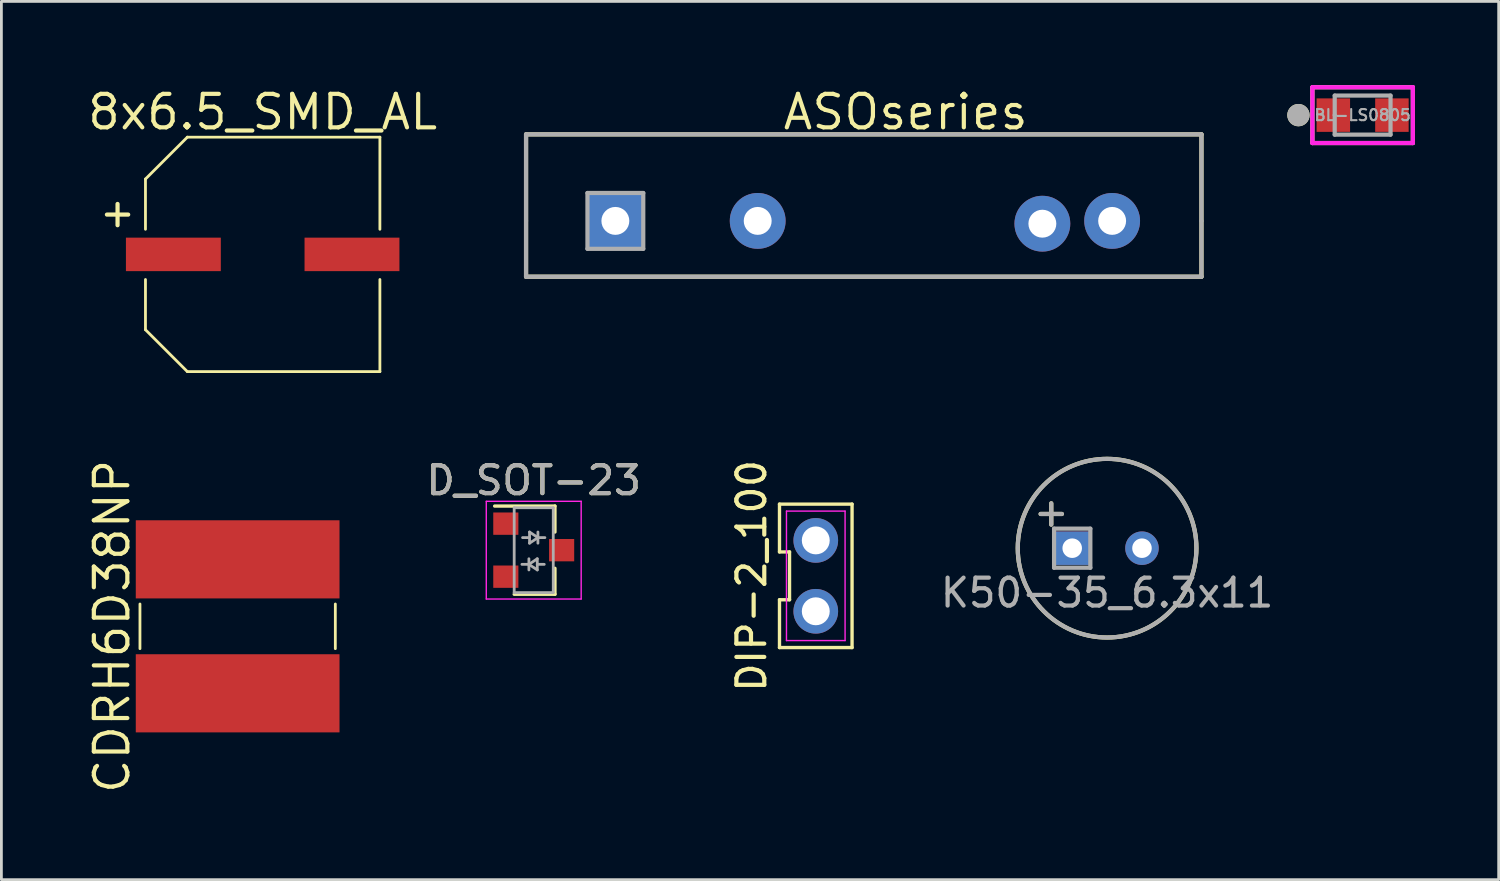
<source format=kicad_pcb>
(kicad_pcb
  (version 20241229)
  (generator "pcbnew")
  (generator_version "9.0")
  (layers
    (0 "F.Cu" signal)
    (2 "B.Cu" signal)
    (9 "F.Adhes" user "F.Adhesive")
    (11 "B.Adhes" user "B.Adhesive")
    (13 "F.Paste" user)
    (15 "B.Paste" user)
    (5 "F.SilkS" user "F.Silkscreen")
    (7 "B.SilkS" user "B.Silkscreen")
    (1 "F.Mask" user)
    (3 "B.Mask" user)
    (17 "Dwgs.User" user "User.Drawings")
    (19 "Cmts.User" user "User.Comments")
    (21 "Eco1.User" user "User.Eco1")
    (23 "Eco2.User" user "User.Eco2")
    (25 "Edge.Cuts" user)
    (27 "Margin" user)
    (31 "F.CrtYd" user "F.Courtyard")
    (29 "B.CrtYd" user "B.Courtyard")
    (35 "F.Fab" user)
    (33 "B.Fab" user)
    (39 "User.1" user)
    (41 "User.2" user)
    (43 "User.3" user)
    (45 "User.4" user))
  (footprint "BL-LS0805"
    (layer "F.Cu")
    (at 45.774 1.075)
    (property "Reference" "BL-LS0805" (at 0 0 0) (layer "F.Fab") (effects (font (size 0.4 0.4) (thickness 0.075))))
    (attr through_hole)
    (fp_line (start -1.8 -1) (end 1.8 -1) (stroke (width 0.15) (type solid)) (layer "F.SilkS"))
    (fp_line (start -1.8 1) (end -1.8 -1) (stroke (width 0.15) (type solid)) (layer "F.SilkS"))
    (fp_line (start 1.8 -1) (end 1.8 1) (stroke (width 0.15) (type solid)) (layer "F.SilkS"))
    (fp_line (start 1.8 1) (end -1.8 1) (stroke (width 0.15) (type solid)) (layer "F.SilkS"))
    (fp_circle (center -2.3 0) (end -2.1 0) (stroke (width 0.4) (type solid)) (fill no) (layer "F.SilkS"))
    (fp_line (start -1.8 -1) (end 1.8 -1) (stroke (width 0.15) (type solid)) (layer "F.CrtYd"))
    (fp_line (start -1.8 1) (end -1.8 -1) (stroke (width 0.15) (type solid)) (layer "F.CrtYd"))
    (fp_line (start 1.8 -1) (end 1.8 1) (stroke (width 0.15) (type solid)) (layer "F.CrtYd"))
    (fp_line (start 1.8 1) (end -1.8 1) (stroke (width 0.15) (type solid)) (layer "F.CrtYd"))
    (fp_line (start -1 -0.7) (end 1 -0.7) (stroke (width 0.15) (type solid)) (layer "F.Fab"))
    (fp_line (start -1 0) (end -1 -0.7) (stroke (width 0.15) (type solid)) (layer "F.Fab"))
    (fp_line (start -1 0.7) (end -1 0) (stroke (width 0.15) (type solid)) (layer "F.Fab"))
    (fp_line (start 1 -0.7) (end 1 0.7) (stroke (width 0.15) (type solid)) (layer "F.Fab"))
    (fp_line (start 1 0.7) (end -1 0.7) (stroke (width 0.15) (type solid)) (layer "F.Fab"))
    (fp_circle (center -2.3 0) (end -2.1 0) (stroke (width 0.4) (type solid)) (fill no) (layer "F.Fab"))
    (pad "1" smd rect (at -1.05 0) (size 1.2 1.2) (layers "F.Cu" "F.Mask" "F.Paste"))
    (pad "2" smd rect (at 1.05 0) (size 1.2 1.2) (layers "F.Cu" "F.Mask" "F.Paste")))
  (footprint "CDRH6D38NP"
    (layer "F.Cu")
    (at 5.465 19.392)
    (property "Reference" "CDRH6D38NP" (at -4.5 0 90) (layer "F.SilkS") (effects (font (size 1.2 1.2) (thickness 0.15))))
    (attr through_hole)
    (fp_line (start -3.5 -0.8) (end -3.5 0.8) (stroke (width 0.1) (type solid)) (layer "F.SilkS"))
    (fp_line (start 3.5 -0.8) (end 3.5 0.8) (stroke (width 0.1) (type solid)) (layer "F.SilkS"))
    (pad "1" smd rect (at 0 2.4) (size 7.3 2.8) (layers "F.Cu" "F.Mask" "F.Paste"))
    (pad "2" smd rect (at 0 -2.4) (size 7.3 2.8) (layers "F.Cu" "F.Mask" "F.Paste")))
  (footprint "8x6.5_SMD_AL"
    (layer "F.Cu")
    (at 6.362 6.065)
    (property "Reference" "8x6.5_SMD_AL" (at 0 -5.1 0) (layer "F.SilkS") (effects (font (size 1.2 1.2) (thickness 0.15))))
    (attr through_hole)
    (fp_line (start -4.2 -2.7) (end -4.2 -0.9) (stroke (width 0.1) (type solid)) (layer "F.SilkS"))
    (fp_line (start -4.2 -2.7) (end -2.7 -4.2) (stroke (width 0.1) (type solid)) (layer "F.SilkS"))
    (fp_line (start -4.2 0.9) (end -4.2 2.7) (stroke (width 0.1) (type solid)) (layer "F.SilkS"))
    (fp_line (start -2.7 4.2) (end -4.2 2.7) (stroke (width 0.1) (type solid)) (layer "F.SilkS"))
    (fp_line (start 4.2 -4.2) (end -2.7 -4.2) (stroke (width 0.1) (type solid)) (layer "F.SilkS"))
    (fp_line (start 4.2 -4.2) (end 4.2 -0.9) (stroke (width 0.1) (type solid)) (layer "F.SilkS"))
    (fp_line (start 4.2 0.9) (end 4.2 4.2) (stroke (width 0.1) (type solid)) (layer "F.SilkS"))
    (fp_line (start 4.2 4.2) (end -2.7 4.2) (stroke (width 0.1) (type solid)) (layer "F.SilkS"))
    (fp_text user "+" (at -5.2 -1.5 0) (layer "F.SilkS") (effects (font (size 1 1) (thickness 0.15))))
    (pad "1" smd rect (at -3.2 0) (size 3.4 1.2) (layers "F.Cu" "F.Mask" "F.Paste"))
    (pad "2" smd rect (at 3.2 0) (size 3.4 1.2) (layers "F.Cu" "F.Mask" "F.Paste")))
  (footprint "DIP-2_100"
    (layer "F.Cu")
    (at 26.18 17.583)
    (property "Reference" "DIP-2_100" (at -2.3 0 90) (layer "F.SilkS") (effects (font (size 1 1) (thickness 0.15))))
    (attr through_hole)
    (fp_line (start -1.3 -0.857) (end -0.94 -0.857) (stroke (width 0.12) (type solid)) (layer "F.SilkS"))
    (fp_line (start -1.3 0.857) (end -1.3 2.57) (stroke (width 0.12) (type solid)) (layer "F.SilkS"))
    (fp_line (start -1.3 2.57) (end 1.3 2.57) (stroke (width 0.12) (type solid)) (layer "F.SilkS"))
    (fp_line (start -1.3 -2.57) (end -1.3 -0.857) (stroke (width 0.12) (type solid)) (layer "F.SilkS"))
    (fp_line (start -0.94 -0.857) (end -0.94 0.857) (stroke (width 0.12) (type solid)) (layer "F.SilkS"))
    (fp_line (start -0.94 0.857) (end -1.3 0.857) (stroke (width 0.12) (type solid)) (layer "F.SilkS"))
    (fp_line (start 1.3 2.57) (end 1.3 -2.57) (stroke (width 0.12) (type solid)) (layer "F.SilkS"))
    (fp_line (start 1.3 -2.57) (end -1.3 -2.57) (stroke (width 0.12) (type solid)) (layer "F.SilkS"))
    (fp_line (start -1.05 -2.32) (end 1.05 -2.32) (stroke (width 0.05) (type solid)) (layer "F.CrtYd"))
    (fp_line (start -1.05 2.32) (end -1.05 -2.32) (stroke (width 0.05) (type solid)) (layer "F.CrtYd"))
    (fp_line (start 1.05 -2.32) (end 1.05 2.32) (stroke (width 0.05) (type solid)) (layer "F.CrtYd"))
    (fp_line (start 1.05 2.32) (end -1.05 2.32) (stroke (width 0.05) (type solid)) (layer "F.CrtYd"))
    (pad "1" thru_hole circle (at 0 1.27) (size 1.6 1.6) (drill 1) (layers "*.Cu" "*.Mask"))
    (pad "2" thru_hole circle (at 0 -1.27) (size 1.6 1.6) (drill 1) (layers "*.Cu" "*.Mask")))
  (footprint "ASOseries"
    (layer "F.Cu")
    (at 18.999 4.865)
    (property "Reference" "ASOseries" (at 10.4 -3.9 0) (layer "F.SilkS") (effects (font (size 1.2 1.2) (thickness 0.15))))
    (attr through_hole)
    (fp_line (start -3.2 -3.1) (end -3.2 2) (stroke (width 0.15) (type solid)) (layer "F.SilkS"))
    (fp_line (start -3.2 2) (end 21 2) (stroke (width 0.15) (type solid)) (layer "F.SilkS"))
    (fp_line (start 21 -3.1) (end -3.2 -3.1) (stroke (width 0.15) (type solid)) (layer "F.SilkS"))
    (fp_line (start 21 2) (end 21 -3.1) (stroke (width 0.15) (type solid)) (layer "F.SilkS"))
    (fp_line (start -3.2 0) (end -3.2 -3.1) (stroke (width 0.15) (type solid)) (layer "F.Fab"))
    (fp_line (start -3.2 0) (end -3.2 2) (stroke (width 0.15) (type solid)) (layer "F.Fab"))
    (fp_line (start -3.2 2) (end 21 2) (stroke (width 0.15) (type solid)) (layer "F.Fab"))
    (fp_line (start -1 -1) (end 1 -1) (stroke (width 0.15) (type solid)) (layer "F.Fab"))
    (fp_line (start -1 1) (end -1 -1) (stroke (width 0.15) (type solid)) (layer "F.Fab"))
    (fp_line (start 1 -1) (end 1 1) (stroke (width 0.15) (type solid)) (layer "F.Fab"))
    (fp_line (start 1 1) (end -1 1) (stroke (width 0.15) (type solid)) (layer "F.Fab"))
    (fp_line (start 21 -3.1) (end -3.2 -3.1) (stroke (width 0.15) (type solid)) (layer "F.Fab"))
    (fp_line (start 21 0) (end 21 -3.1) (stroke (width 0.15) (type solid)) (layer "F.Fab"))
    (fp_line (start 21 0) (end 21 2) (stroke (width 0.15) (type solid)) (layer "F.Fab"))
    (pad "1" thru_hole rect (at 0 0) (size 2 2) (drill 1) (layers "*.Cu" "*.Mask"))
    (pad "2" thru_hole circle (at 5.1 0) (size 2 2) (drill 1) (layers "*.Cu" "*.Mask"))
    (pad "3" thru_hole circle (at 15.3 0.1) (size 2 2) (drill 1) (layers "*.Cu" "*.Mask"))
    (pad "4" thru_hole circle (at 17.8 0) (size 2 2) (drill 1) (layers "*.Cu" "*.Mask")))
  (footprint "D_SOT-23"
    (layer "F.Cu")
    (at 16.074 16.663)
    (property "Reference" "D_SOT-23" (at 0 -2.5 0) (layer "F.SilkS") (effects (font (size 1 1) (thickness 0.15))))
    (attr smd)
    (fp_line (start 0.76 -1.58) (end -1.4 -1.58) (stroke (width 0.12) (type solid)) (layer "F.SilkS"))
    (fp_line (start 0.76 -1.58) (end 0.76 -0.65) (stroke (width 0.12) (type solid)) (layer "F.SilkS"))
    (fp_line (start 0.76 1.58) (end -0.7 1.58) (stroke (width 0.12) (type solid)) (layer "F.SilkS"))
    (fp_line (start 0.76 1.58) (end 0.76 0.65) (stroke (width 0.12) (type solid)) (layer "F.SilkS"))
    (fp_line (start -1.7 -1.75) (end 1.7 -1.75) (stroke (width 0.05) (type solid)) (layer "F.CrtYd"))
    (fp_line (start -1.7 1.75) (end -1.7 -1.75) (stroke (width 0.05) (type solid)) (layer "F.CrtYd"))
    (fp_line (start 1.7 -1.75) (end 1.7 1.75) (stroke (width 0.05) (type solid)) (layer "F.CrtYd"))
    (fp_line (start 1.7 1.75) (end -1.7 1.75) (stroke (width 0.05) (type solid)) (layer "F.CrtYd"))
    (fp_line (start -0.7 -1.52) (end -0.7 1.52) (stroke (width 0.1) (type solid)) (layer "F.Fab"))
    (fp_line (start -0.7 -1.52) (end 0.7 -1.52) (stroke (width 0.1) (type solid)) (layer "F.Fab"))
    (fp_line (start -0.7 1.52) (end 0.7 1.52) (stroke (width 0.1) (type solid)) (layer "F.Fab"))
    (fp_line (start -0.173 0.508) (end -0.423 0.508) (stroke (width 0.1) (type solid)) (layer "F.Fab"))
    (fp_line (start -0.173 0.508) (end 0.127 0.708) (stroke (width 0.1) (type solid)) (layer "F.Fab"))
    (fp_line (start -0.173 0.708) (end -0.173 0.308) (stroke (width 0.1) (type solid)) (layer "F.Fab"))
    (fp_line (start -0.15 -0.65) (end -0.15 -0.25) (stroke (width 0.1) (type solid)) (layer "F.Fab"))
    (fp_line (start -0.15 -0.45) (end -0.4 -0.45) (stroke (width 0.1) (type solid)) (layer "F.Fab"))
    (fp_line (start -0.15 -0.25) (end 0.15 -0.45) (stroke (width 0.1) (type solid)) (layer "F.Fab"))
    (fp_line (start 0.127 0.308) (end -0.173 0.508) (stroke (width 0.1) (type solid)) (layer "F.Fab"))
    (fp_line (start 0.127 0.508) (end 0.377 0.508) (stroke (width 0.1) (type solid)) (layer "F.Fab"))
    (fp_line (start 0.127 0.708) (end 0.127 0.308) (stroke (width 0.1) (type solid)) (layer "F.Fab"))
    (fp_line (start 0.15 -0.65) (end 0.15 -0.25) (stroke (width 0.1) (type solid)) (layer "F.Fab"))
    (fp_line (start 0.15 -0.45) (end -0.15 -0.65) (stroke (width 0.1) (type solid)) (layer "F.Fab"))
    (fp_line (start 0.15 -0.45) (end 0.4 -0.45) (stroke (width 0.1) (type solid)) (layer "F.Fab"))
    (fp_line (start 0.7 -1.52) (end 0.7 1.52) (stroke (width 0.1) (type solid)) (layer "F.Fab"))
    (fp_text user "${REFERENCE}" (at 0 -2.5 0) (layer "F.Fab") (effects (font (size 1 1) (thickness 0.15))))
    (pad "1" smd rect (at -1 -0.95) (size 0.9 0.8) (layers "F.Cu" "F.Mask" "F.Paste"))
    (pad "2" smd rect (at -1 0.95) (size 0.9 0.8) (layers "F.Cu" "F.Mask" "F.Paste"))
    (pad "3" smd rect (at 1 0) (size 0.9 0.8) (layers "F.Cu" "F.Mask" "F.Paste")))
  (footprint "K50-35_6.3x11"
    (layer "F.Cu")
    (at 36.618 16.592)
    (property "Reference" "K50-35_6.3x11" (at 0 1.6 0) (layer "F.Fab") (effects (font (size 1 1) (thickness 0.15))))
    (attr through_hole)
    (fp_circle (center 0 0) (end 3.2 0.1) (stroke (width 0.15) (type solid)) (fill no) (layer "F.SilkS"))
    (fp_line (start -1.9 -0.7) (end -0.6 -0.7) (stroke (width 0.15) (type solid)) (layer "F.Fab"))
    (fp_line (start -1.9 0.7) (end -1.9 -0.7) (stroke (width 0.15) (type solid)) (layer "F.Fab"))
    (fp_line (start -0.6 -0.7) (end -0.6 0.7) (stroke (width 0.15) (type solid)) (layer "F.Fab"))
    (fp_line (start -0.6 0.7) (end -1.9 0.7) (stroke (width 0.15) (type solid)) (layer "F.Fab"))
    (fp_circle (center 0 0) (end 3.2 0) (stroke (width 0.15) (type solid)) (fill no) (layer "F.Fab"))
    (fp_text user "+" (at -2 -1.3 0) (layer "F.SilkS") (effects (font (size 1 1) (thickness 0.15))))
    (fp_text user "+" (at -2 -1.3 0) (layer "F.Fab") (effects (font (size 1 1) (thickness 0.15))))
    (pad "1" thru_hole rect (at -1.25 0) (size 1.2 1.2) (drill 0.7) (layers "*.Cu" "*.Mask"))
    (pad "2" thru_hole circle (at 1.25 0) (size 1.2 1.2) (drill 0.7) (layers "*.Cu" "*.Mask")))
  (gr_rect
    (start -3 -3)
    (end 50.649 28.468)
    (stroke (width 0.1) (type default))
    (fill no)
    (layer "Edge.Cuts")))
</source>
